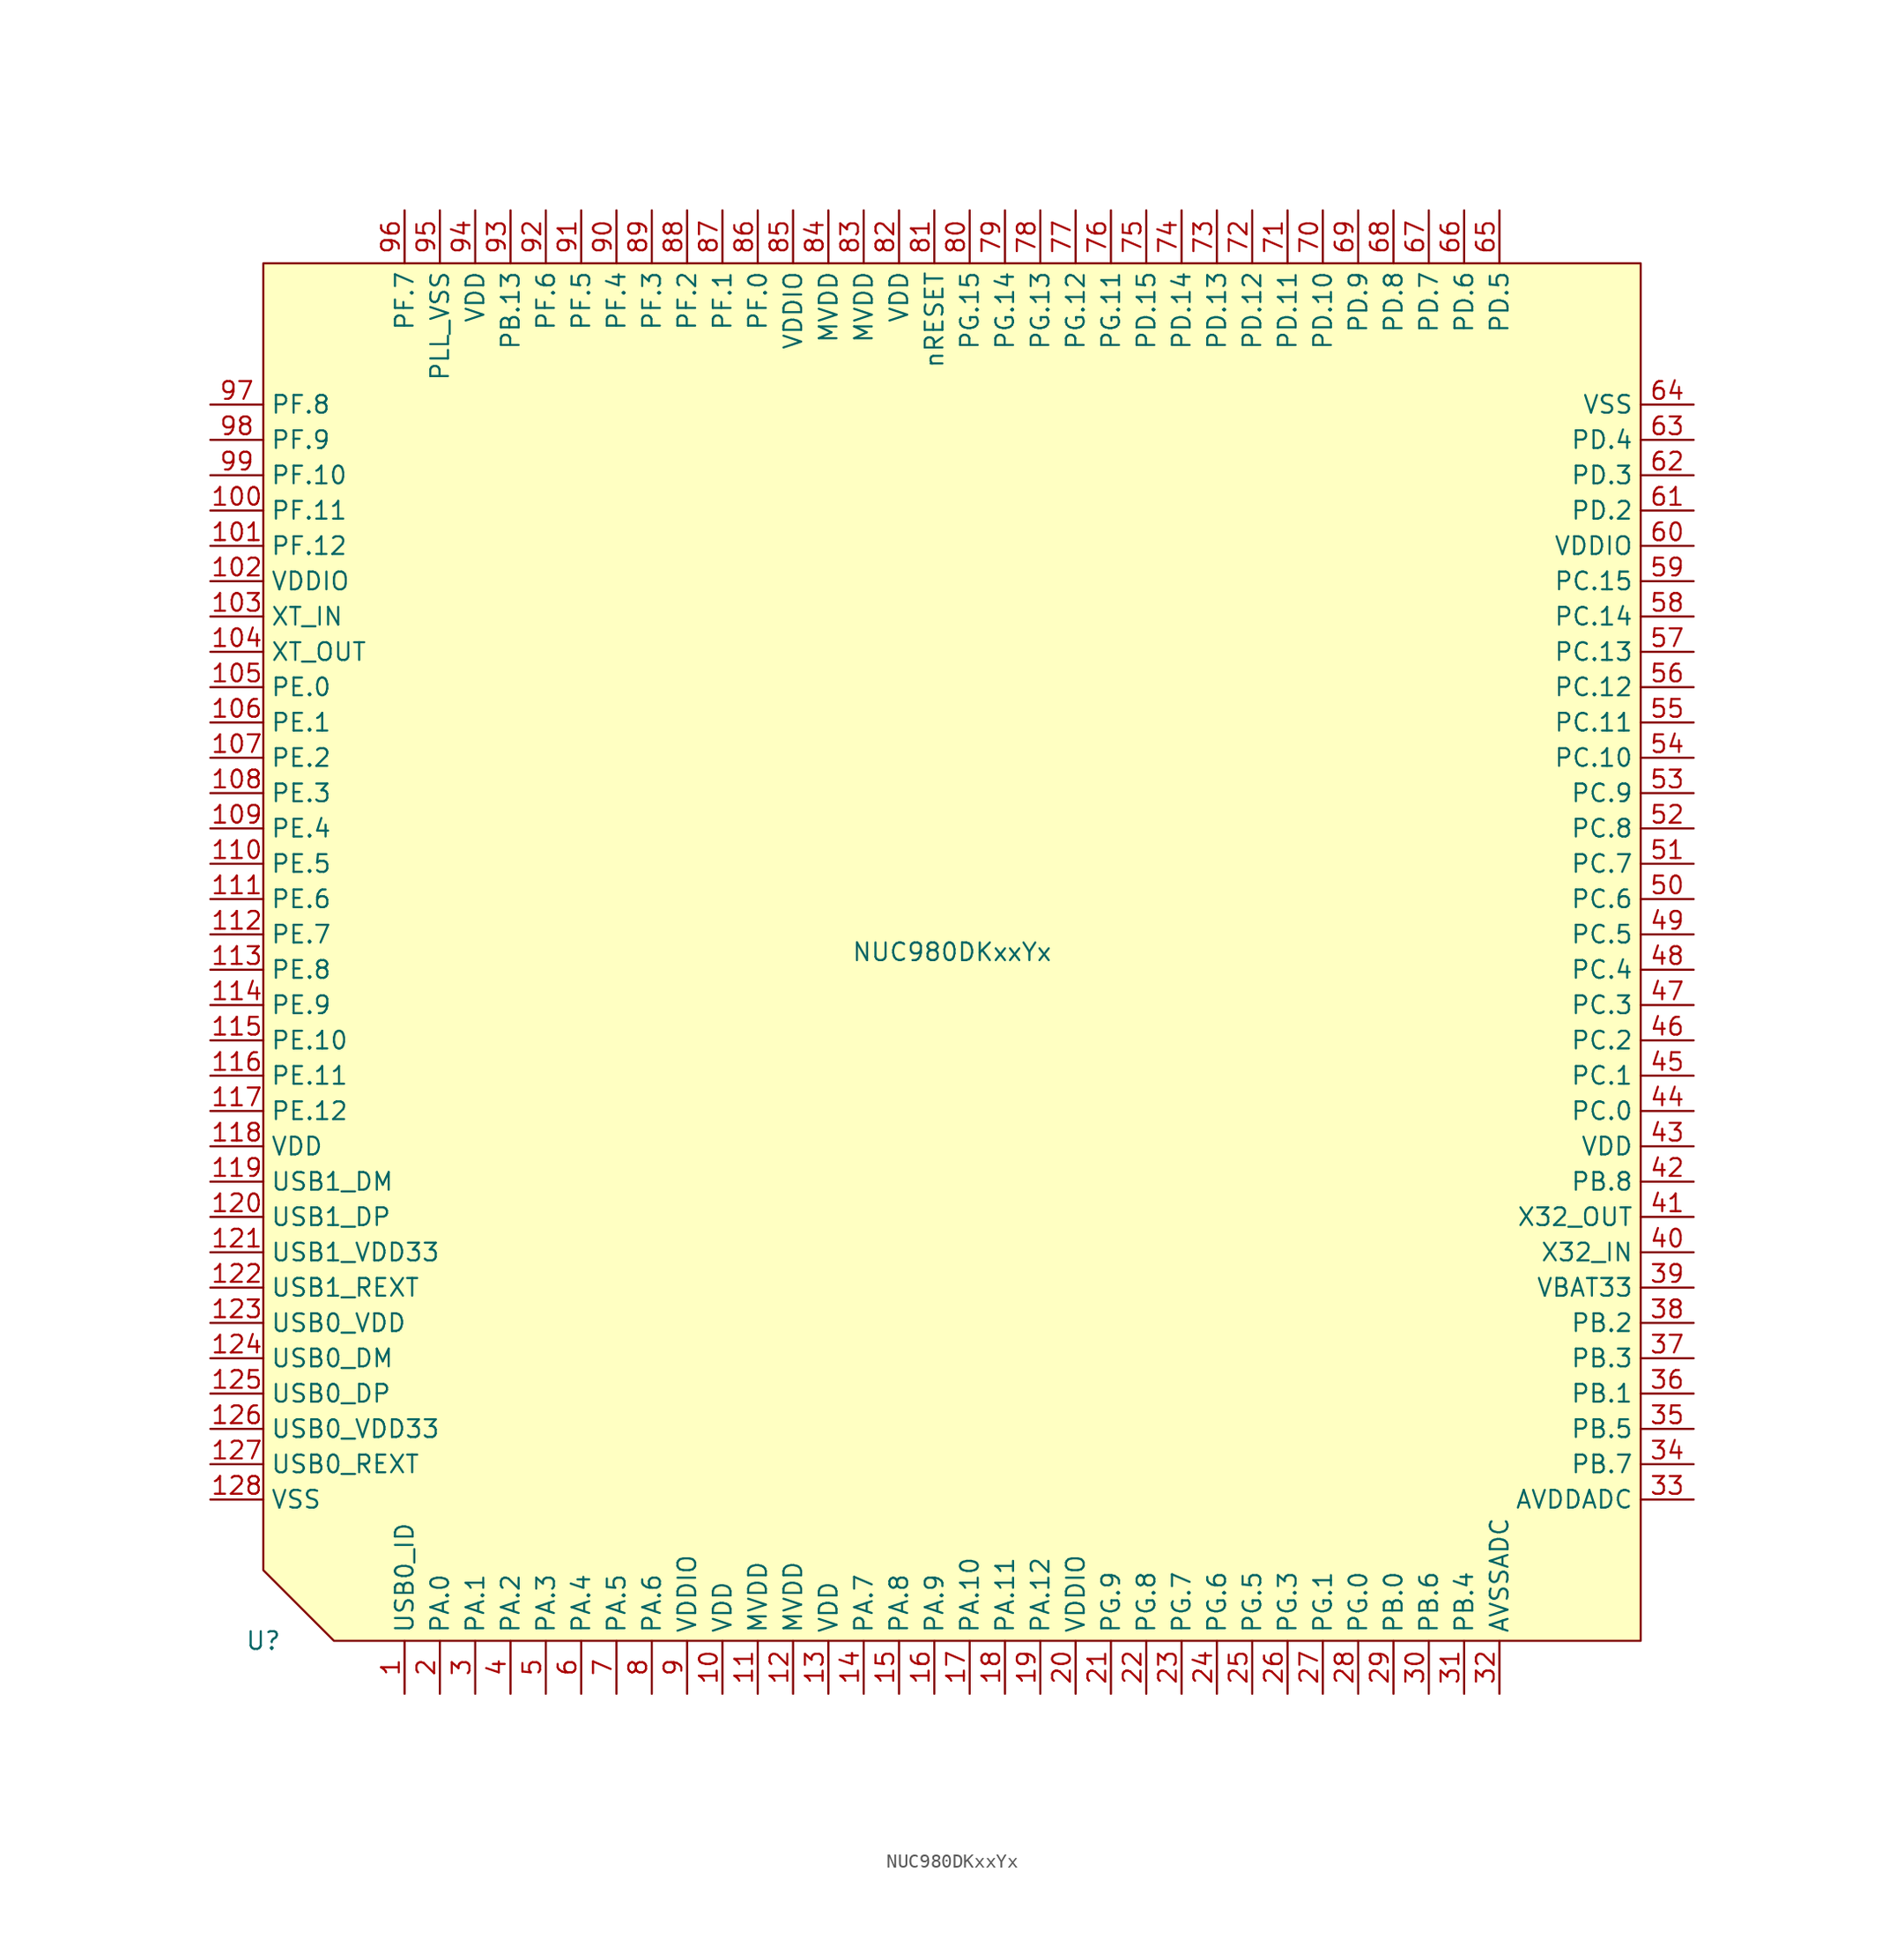
<source format=kicad_sym>
(kicad_symbol_lib
  (version 20220914)
  (generator kicad_symbol_editor)
  (symbol "NUC980DKxxYx"
    (property "Reference" "U"
      (at -49.53 -49.53 0)
      (effects (font (size 1.27 1.27))))
    (property "Value" "NUC980DKxxYx"
      (at 0 0 0)
      (effects (font (size 1.27 1.27))))
    (symbol "NUC980DKxxYx_0_1"
      (polyline (pts (xy -44.45 -49.53) (xy 49.53 -49.53) (xy 49.53 49.53) (xy -49.53 49.53) (xy -49.53 -44.45) (xy -44.45 -49.53)) (stroke (width 0) (type default)) (fill (type background))))
    (symbol "NUC980DKxxYx_1_1"
      (pin passive line (at -39.37 -53.34 90) (length 3.81) (name "USB0_ID" (effects (font (size 1.27 1.27)))) (number "1" (effects (font (size 1.27 1.27)))))
      (pin passive line (at -16.51 -53.34 90) (length 3.81) (name "VDD" (effects (font (size 1.27 1.27)))) (number "10" (effects (font (size 1.27 1.27)))))
      (pin passive line (at -53.34 31.75 0) (length 3.81) (name "PF.11" (effects (font (size 1.27 1.27)))) (number "100" (effects (font (size 1.27 1.27)))))
      (pin passive line (at -53.34 29.21 0) (length 3.81) (name "PF.12" (effects (font (size 1.27 1.27)))) (number "101" (effects (font (size 1.27 1.27)))))
      (pin passive line (at -53.34 26.67 0) (length 3.81) (name "VDDIO" (effects (font (size 1.27 1.27)))) (number "102" (effects (font (size 1.27 1.27)))))
      (pin passive line (at -53.34 24.13 0) (length 3.81) (name "XT_IN" (effects (font (size 1.27 1.27)))) (number "103" (effects (font (size 1.27 1.27)))))
      (pin passive line (at -53.34 21.59 0) (length 3.81) (name "XT_OUT" (effects (font (size 1.27 1.27)))) (number "104" (effects (font (size 1.27 1.27)))))
      (pin passive line (at -53.34 19.05 0) (length 3.81) (name "PE.0" (effects (font (size 1.27 1.27)))) (number "105" (effects (font (size 1.27 1.27)))))
      (pin passive line (at -53.34 16.51 0) (length 3.81) (name "PE.1" (effects (font (size 1.27 1.27)))) (number "106" (effects (font (size 1.27 1.27)))))
      (pin passive line (at -53.34 13.97 0) (length 3.81) (name "PE.2" (effects (font (size 1.27 1.27)))) (number "107" (effects (font (size 1.27 1.27)))))
      (pin passive line (at -53.34 11.43 0) (length 3.81) (name "PE.3" (effects (font (size 1.27 1.27)))) (number "108" (effects (font (size 1.27 1.27)))))
      (pin passive line (at -53.34 8.89 0) (length 3.81) (name "PE.4" (effects (font (size 1.27 1.27)))) (number "109" (effects (font (size 1.27 1.27)))))
      (pin passive line (at -13.97 -53.34 90) (length 3.81) (name "MVDD" (effects (font (size 1.27 1.27)))) (number "11" (effects (font (size 1.27 1.27)))))
      (pin passive line (at -53.34 6.35 0) (length 3.81) (name "PE.5" (effects (font (size 1.27 1.27)))) (number "110" (effects (font (size 1.27 1.27)))))
      (pin passive line (at -53.34 3.81 0) (length 3.81) (name "PE.6" (effects (font (size 1.27 1.27)))) (number "111" (effects (font (size 1.27 1.27)))))
      (pin passive line (at -53.34 1.27 0) (length 3.81) (name "PE.7" (effects (font (size 1.27 1.27)))) (number "112" (effects (font (size 1.27 1.27)))))
      (pin passive line (at -53.34 -1.27 0) (length 3.81) (name "PE.8" (effects (font (size 1.27 1.27)))) (number "113" (effects (font (size 1.27 1.27)))))
      (pin passive line (at -53.34 -3.81 0) (length 3.81) (name "PE.9" (effects (font (size 1.27 1.27)))) (number "114" (effects (font (size 1.27 1.27)))))
      (pin passive line (at -53.34 -6.35 0) (length 3.81) (name "PE.10" (effects (font (size 1.27 1.27)))) (number "115" (effects (font (size 1.27 1.27)))))
      (pin passive line (at -53.34 -8.89 0) (length 3.81) (name "PE.11" (effects (font (size 1.27 1.27)))) (number "116" (effects (font (size 1.27 1.27)))))
      (pin passive line (at -53.34 -11.43 0) (length 3.81) (name "PE.12" (effects (font (size 1.27 1.27)))) (number "117" (effects (font (size 1.27 1.27)))))
      (pin passive line (at -53.34 -13.97 0) (length 3.81) (name "VDD" (effects (font (size 1.27 1.27)))) (number "118" (effects (font (size 1.27 1.27)))))
      (pin passive line (at -53.34 -16.51 0) (length 3.81) (name "USB1_DM" (effects (font (size 1.27 1.27)))) (number "119" (effects (font (size 1.27 1.27)))))
      (pin passive line (at -11.43 -53.34 90) (length 3.81) (name "MVDD" (effects (font (size 1.27 1.27)))) (number "12" (effects (font (size 1.27 1.27)))))
      (pin passive line (at -53.34 -19.05 0) (length 3.81) (name "USB1_DP" (effects (font (size 1.27 1.27)))) (number "120" (effects (font (size 1.27 1.27)))))
      (pin passive line (at -53.34 -21.59 0) (length 3.81) (name "USB1_VDD33" (effects (font (size 1.27 1.27)))) (number "121" (effects (font (size 1.27 1.27)))))
      (pin passive line (at -53.34 -24.13 0) (length 3.81) (name "USB1_REXT" (effects (font (size 1.27 1.27)))) (number "122" (effects (font (size 1.27 1.27)))))
      (pin passive line (at -53.34 -26.67 0) (length 3.81) (name "USB0_VDD" (effects (font (size 1.27 1.27)))) (number "123" (effects (font (size 1.27 1.27)))))
      (pin passive line (at -53.34 -29.21 0) (length 3.81) (name "USB0_DM" (effects (font (size 1.27 1.27)))) (number "124" (effects (font (size 1.27 1.27)))))
      (pin passive line (at -53.34 -31.75 0) (length 3.81) (name "USB0_DP" (effects (font (size 1.27 1.27)))) (number "125" (effects (font (size 1.27 1.27)))))
      (pin passive line (at -53.34 -34.29 0) (length 3.81) (name "USB0_VDD33" (effects (font (size 1.27 1.27)))) (number "126" (effects (font (size 1.27 1.27)))))
      (pin passive line (at -53.34 -36.83 0) (length 3.81) (name "USB0_REXT" (effects (font (size 1.27 1.27)))) (number "127" (effects (font (size 1.27 1.27)))))
      (pin passive line (at -53.34 -39.37 0) (length 3.81) (name "VSS" (effects (font (size 1.27 1.27)))) (number "128" (effects (font (size 1.27 1.27)))))
      (pin passive line (at -8.89 -53.34 90) (length 3.81) (name "VDD" (effects (font (size 1.27 1.27)))) (number "13" (effects (font (size 1.27 1.27)))))
      (pin passive line (at -6.35 -53.34 90) (length 3.81) (name "PA.7" (effects (font (size 1.27 1.27)))) (number "14" (effects (font (size 1.27 1.27)))))
      (pin passive line (at -3.81 -53.34 90) (length 3.81) (name "PA.8" (effects (font (size 1.27 1.27)))) (number "15" (effects (font (size 1.27 1.27)))))
      (pin passive line (at -1.27 -53.34 90) (length 3.81) (name "PA.9" (effects (font (size 1.27 1.27)))) (number "16" (effects (font (size 1.27 1.27)))))
      (pin passive line (at 1.27 -53.34 90) (length 3.81) (name "PA.10" (effects (font (size 1.27 1.27)))) (number "17" (effects (font (size 1.27 1.27)))))
      (pin passive line (at 3.81 -53.34 90) (length 3.81) (name "PA.11" (effects (font (size 1.27 1.27)))) (number "18" (effects (font (size 1.27 1.27)))))
      (pin passive line (at 6.35 -53.34 90) (length 3.81) (name "PA.12" (effects (font (size 1.27 1.27)))) (number "19" (effects (font (size 1.27 1.27)))))
      (pin passive line (at -36.83 -53.34 90) (length 3.81) (name "PA.0" (effects (font (size 1.27 1.27)))) (number "2" (effects (font (size 1.27 1.27)))))
      (pin passive line (at 8.89 -53.34 90) (length 3.81) (name "VDDIO" (effects (font (size 1.27 1.27)))) (number "20" (effects (font (size 1.27 1.27)))))
      (pin passive line (at 11.43 -53.34 90) (length 3.81) (name "PG.9" (effects (font (size 1.27 1.27)))) (number "21" (effects (font (size 1.27 1.27)))))
      (pin passive line (at 13.97 -53.34 90) (length 3.81) (name "PG.8" (effects (font (size 1.27 1.27)))) (number "22" (effects (font (size 1.27 1.27)))))
      (pin passive line (at 16.51 -53.34 90) (length 3.81) (name "PG.7" (effects (font (size 1.27 1.27)))) (number "23" (effects (font (size 1.27 1.27)))))
      (pin passive line (at 19.05 -53.34 90) (length 3.81) (name "PG.6" (effects (font (size 1.27 1.27)))) (number "24" (effects (font (size 1.27 1.27)))))
      (pin passive line (at 21.59 -53.34 90) (length 3.81) (name "PG.5" (effects (font (size 1.27 1.27)))) (number "25" (effects (font (size 1.27 1.27)))))
      (pin passive line (at 24.13 -53.34 90) (length 3.81) (name "PG.3" (effects (font (size 1.27 1.27)))) (number "26" (effects (font (size 1.27 1.27)))))
      (pin passive line (at 26.67 -53.34 90) (length 3.81) (name "PG.1" (effects (font (size 1.27 1.27)))) (number "27" (effects (font (size 1.27 1.27)))))
      (pin passive line (at 29.21 -53.34 90) (length 3.81) (name "PG.0" (effects (font (size 1.27 1.27)))) (number "28" (effects (font (size 1.27 1.27)))))
      (pin passive line (at 31.75 -53.34 90) (length 3.81) (name "PB.0" (effects (font (size 1.27 1.27)))) (number "29" (effects (font (size 1.27 1.27)))))
      (pin passive line (at -34.29 -53.34 90) (length 3.81) (name "PA.1" (effects (font (size 1.27 1.27)))) (number "3" (effects (font (size 1.27 1.27)))))
      (pin passive line (at 34.29 -53.34 90) (length 3.81) (name "PB.6" (effects (font (size 1.27 1.27)))) (number "30" (effects (font (size 1.27 1.27)))))
      (pin passive line (at 36.83 -53.34 90) (length 3.81) (name "PB.4" (effects (font (size 1.27 1.27)))) (number "31" (effects (font (size 1.27 1.27)))))
      (pin passive line (at 39.37 -53.34 90) (length 3.81) (name "AVSSADC" (effects (font (size 1.27 1.27)))) (number "32" (effects (font (size 1.27 1.27)))))
      (pin passive line (at 53.34 -39.37 180) (length 3.81) (name "AVDDADC" (effects (font (size 1.27 1.27)))) (number "33" (effects (font (size 1.27 1.27)))))
      (pin passive line (at 53.34 -36.83 180) (length 3.81) (name "PB.7" (effects (font (size 1.27 1.27)))) (number "34" (effects (font (size 1.27 1.27)))))
      (pin passive line (at 53.34 -34.29 180) (length 3.81) (name "PB.5" (effects (font (size 1.27 1.27)))) (number "35" (effects (font (size 1.27 1.27)))))
      (pin passive line (at 53.34 -31.75 180) (length 3.81) (name "PB.1" (effects (font (size 1.27 1.27)))) (number "36" (effects (font (size 1.27 1.27)))))
      (pin passive line (at 53.34 -29.21 180) (length 3.81) (name "PB.3" (effects (font (size 1.27 1.27)))) (number "37" (effects (font (size 1.27 1.27)))))
      (pin passive line (at 53.34 -26.67 180) (length 3.81) (name "PB.2" (effects (font (size 1.27 1.27)))) (number "38" (effects (font (size 1.27 1.27)))))
      (pin passive line (at 53.34 -24.13 180) (length 3.81) (name "VBAT33" (effects (font (size 1.27 1.27)))) (number "39" (effects (font (size 1.27 1.27)))))
      (pin passive line (at -31.75 -53.34 90) (length 3.81) (name "PA.2" (effects (font (size 1.27 1.27)))) (number "4" (effects (font (size 1.27 1.27)))))
      (pin passive line (at 53.34 -21.59 180) (length 3.81) (name "X32_IN" (effects (font (size 1.27 1.27)))) (number "40" (effects (font (size 1.27 1.27)))))
      (pin passive line (at 53.34 -19.05 180) (length 3.81) (name "X32_OUT" (effects (font (size 1.27 1.27)))) (number "41" (effects (font (size 1.27 1.27)))))
      (pin passive line (at 53.34 -16.51 180) (length 3.81) (name "PB.8" (effects (font (size 1.27 1.27)))) (number "42" (effects (font (size 1.27 1.27)))))
      (pin passive line (at 53.34 -13.97 180) (length 3.81) (name "VDD" (effects (font (size 1.27 1.27)))) (number "43" (effects (font (size 1.27 1.27)))))
      (pin passive line (at 53.34 -11.43 180) (length 3.81) (name "PC.0" (effects (font (size 1.27 1.27)))) (number "44" (effects (font (size 1.27 1.27)))))
      (pin passive line (at 53.34 -8.89 180) (length 3.81) (name "PC.1" (effects (font (size 1.27 1.27)))) (number "45" (effects (font (size 1.27 1.27)))))
      (pin passive line (at 53.34 -6.35 180) (length 3.81) (name "PC.2" (effects (font (size 1.27 1.27)))) (number "46" (effects (font (size 1.27 1.27)))))
      (pin passive line (at 53.34 -3.81 180) (length 3.81) (name "PC.3" (effects (font (size 1.27 1.27)))) (number "47" (effects (font (size 1.27 1.27)))))
      (pin passive line (at 53.34 -1.27 180) (length 3.81) (name "PC.4" (effects (font (size 1.27 1.27)))) (number "48" (effects (font (size 1.27 1.27)))))
      (pin passive line (at 53.34 1.27 180) (length 3.81) (name "PC.5" (effects (font (size 1.27 1.27)))) (number "49" (effects (font (size 1.27 1.27)))))
      (pin passive line (at -29.21 -53.34 90) (length 3.81) (name "PA.3" (effects (font (size 1.27 1.27)))) (number "5" (effects (font (size 1.27 1.27)))))
      (pin passive line (at 53.34 3.81 180) (length 3.81) (name "PC.6" (effects (font (size 1.27 1.27)))) (number "50" (effects (font (size 1.27 1.27)))))
      (pin passive line (at 53.34 6.35 180) (length 3.81) (name "PC.7" (effects (font (size 1.27 1.27)))) (number "51" (effects (font (size 1.27 1.27)))))
      (pin passive line (at 53.34 8.89 180) (length 3.81) (name "PC.8" (effects (font (size 1.27 1.27)))) (number "52" (effects (font (size 1.27 1.27)))))
      (pin passive line (at 53.34 11.43 180) (length 3.81) (name "PC.9" (effects (font (size 1.27 1.27)))) (number "53" (effects (font (size 1.27 1.27)))))
      (pin passive line (at 53.34 13.97 180) (length 3.81) (name "PC.10" (effects (font (size 1.27 1.27)))) (number "54" (effects (font (size 1.27 1.27)))))
      (pin passive line (at 53.34 16.51 180) (length 3.81) (name "PC.11" (effects (font (size 1.27 1.27)))) (number "55" (effects (font (size 1.27 1.27)))))
      (pin passive line (at 53.34 19.05 180) (length 3.81) (name "PC.12" (effects (font (size 1.27 1.27)))) (number "56" (effects (font (size 1.27 1.27)))))
      (pin passive line (at 53.34 21.59 180) (length 3.81) (name "PC.13" (effects (font (size 1.27 1.27)))) (number "57" (effects (font (size 1.27 1.27)))))
      (pin passive line (at 53.34 24.13 180) (length 3.81) (name "PC.14" (effects (font (size 1.27 1.27)))) (number "58" (effects (font (size 1.27 1.27)))))
      (pin passive line (at 53.34 26.67 180) (length 3.81) (name "PC.15" (effects (font (size 1.27 1.27)))) (number "59" (effects (font (size 1.27 1.27)))))
      (pin passive line (at -26.67 -53.34 90) (length 3.81) (name "PA.4" (effects (font (size 1.27 1.27)))) (number "6" (effects (font (size 1.27 1.27)))))
      (pin passive line (at 53.34 29.21 180) (length 3.81) (name "VDDIO" (effects (font (size 1.27 1.27)))) (number "60" (effects (font (size 1.27 1.27)))))
      (pin passive line (at 53.34 31.75 180) (length 3.81) (name "PD.2" (effects (font (size 1.27 1.27)))) (number "61" (effects (font (size 1.27 1.27)))))
      (pin passive line (at 53.34 34.29 180) (length 3.81) (name "PD.3" (effects (font (size 1.27 1.27)))) (number "62" (effects (font (size 1.27 1.27)))))
      (pin passive line (at 53.34 36.83 180) (length 3.81) (name "PD.4" (effects (font (size 1.27 1.27)))) (number "63" (effects (font (size 1.27 1.27)))))
      (pin passive line (at 53.34 39.37 180) (length 3.81) (name "VSS" (effects (font (size 1.27 1.27)))) (number "64" (effects (font (size 1.27 1.27)))))
      (pin passive line (at 39.37 53.34 270) (length 3.81) (name "PD.5" (effects (font (size 1.27 1.27)))) (number "65" (effects (font (size 1.27 1.27)))))
      (pin passive line (at 36.83 53.34 270) (length 3.81) (name "PD.6" (effects (font (size 1.27 1.27)))) (number "66" (effects (font (size 1.27 1.27)))))
      (pin passive line (at 34.29 53.34 270) (length 3.81) (name "PD.7" (effects (font (size 1.27 1.27)))) (number "67" (effects (font (size 1.27 1.27)))))
      (pin passive line (at 31.75 53.34 270) (length 3.81) (name "PD.8" (effects (font (size 1.27 1.27)))) (number "68" (effects (font (size 1.27 1.27)))))
      (pin passive line (at 29.21 53.34 270) (length 3.81) (name "PD.9" (effects (font (size 1.27 1.27)))) (number "69" (effects (font (size 1.27 1.27)))))
      (pin passive line (at -24.13 -53.34 90) (length 3.81) (name "PA.5" (effects (font (size 1.27 1.27)))) (number "7" (effects (font (size 1.27 1.27)))))
      (pin passive line (at 26.67 53.34 270) (length 3.81) (name "PD.10" (effects (font (size 1.27 1.27)))) (number "70" (effects (font (size 1.27 1.27)))))
      (pin passive line (at 24.13 53.34 270) (length 3.81) (name "PD.11" (effects (font (size 1.27 1.27)))) (number "71" (effects (font (size 1.27 1.27)))))
      (pin passive line (at 21.59 53.34 270) (length 3.81) (name "PD.12" (effects (font (size 1.27 1.27)))) (number "72" (effects (font (size 1.27 1.27)))))
      (pin passive line (at 19.05 53.34 270) (length 3.81) (name "PD.13" (effects (font (size 1.27 1.27)))) (number "73" (effects (font (size 1.27 1.27)))))
      (pin passive line (at 16.51 53.34 270) (length 3.81) (name "PD.14" (effects (font (size 1.27 1.27)))) (number "74" (effects (font (size 1.27 1.27)))))
      (pin passive line (at 13.97 53.34 270) (length 3.81) (name "PD.15" (effects (font (size 1.27 1.27)))) (number "75" (effects (font (size 1.27 1.27)))))
      (pin passive line (at 11.43 53.34 270) (length 3.81) (name "PG.11" (effects (font (size 1.27 1.27)))) (number "76" (effects (font (size 1.27 1.27)))))
      (pin passive line (at 8.89 53.34 270) (length 3.81) (name "PG.12" (effects (font (size 1.27 1.27)))) (number "77" (effects (font (size 1.27 1.27)))))
      (pin passive line (at 6.35 53.34 270) (length 3.81) (name "PG.13" (effects (font (size 1.27 1.27)))) (number "78" (effects (font (size 1.27 1.27)))))
      (pin passive line (at 3.81 53.34 270) (length 3.81) (name "PG.14" (effects (font (size 1.27 1.27)))) (number "79" (effects (font (size 1.27 1.27)))))
      (pin passive line (at -21.59 -53.34 90) (length 3.81) (name "PA.6" (effects (font (size 1.27 1.27)))) (number "8" (effects (font (size 1.27 1.27)))))
      (pin passive line (at 1.27 53.34 270) (length 3.81) (name "PG.15" (effects (font (size 1.27 1.27)))) (number "80" (effects (font (size 1.27 1.27)))))
      (pin passive line (at -1.27 53.34 270) (length 3.81) (name "nRESET" (effects (font (size 1.27 1.27)))) (number "81" (effects (font (size 1.27 1.27)))))
      (pin passive line (at -3.81 53.34 270) (length 3.81) (name "VDD" (effects (font (size 1.27 1.27)))) (number "82" (effects (font (size 1.27 1.27)))))
      (pin passive line (at -6.35 53.34 270) (length 3.81) (name "MVDD" (effects (font (size 1.27 1.27)))) (number "83" (effects (font (size 1.27 1.27)))))
      (pin passive line (at -8.89 53.34 270) (length 3.81) (name "MVDD" (effects (font (size 1.27 1.27)))) (number "84" (effects (font (size 1.27 1.27)))))
      (pin passive line (at -11.43 53.34 270) (length 3.81) (name "VDDIO" (effects (font (size 1.27 1.27)))) (number "85" (effects (font (size 1.27 1.27)))))
      (pin passive line (at -13.97 53.34 270) (length 3.81) (name "PF.0" (effects (font (size 1.27 1.27)))) (number "86" (effects (font (size 1.27 1.27)))))
      (pin passive line (at -16.51 53.34 270) (length 3.81) (name "PF.1" (effects (font (size 1.27 1.27)))) (number "87" (effects (font (size 1.27 1.27)))))
      (pin passive line (at -19.05 53.34 270) (length 3.81) (name "PF.2" (effects (font (size 1.27 1.27)))) (number "88" (effects (font (size 1.27 1.27)))))
      (pin passive line (at -21.59 53.34 270) (length 3.81) (name "PF.3" (effects (font (size 1.27 1.27)))) (number "89" (effects (font (size 1.27 1.27)))))
      (pin passive line (at -19.05 -53.34 90) (length 3.81) (name "VDDIO" (effects (font (size 1.27 1.27)))) (number "9" (effects (font (size 1.27 1.27)))))
      (pin passive line (at -24.13 53.34 270) (length 3.81) (name "PF.4" (effects (font (size 1.27 1.27)))) (number "90" (effects (font (size 1.27 1.27)))))
      (pin passive line (at -26.67 53.34 270) (length 3.81) (name "PF.5" (effects (font (size 1.27 1.27)))) (number "91" (effects (font (size 1.27 1.27)))))
      (pin passive line (at -29.21 53.34 270) (length 3.81) (name "PF.6" (effects (font (size 1.27 1.27)))) (number "92" (effects (font (size 1.27 1.27)))))
      (pin passive line (at -31.75 53.34 270) (length 3.81) (name "PB.13" (effects (font (size 1.27 1.27)))) (number "93" (effects (font (size 1.27 1.27)))))
      (pin passive line (at -34.29 53.34 270) (length 3.81) (name "VDD" (effects (font (size 1.27 1.27)))) (number "94" (effects (font (size 1.27 1.27)))))
      (pin passive line (at -36.83 53.34 270) (length 3.81) (name "PLL_VSS" (effects (font (size 1.27 1.27)))) (number "95" (effects (font (size 1.27 1.27)))))
      (pin passive line (at -39.37 53.34 270) (length 3.81) (name "PF.7" (effects (font (size 1.27 1.27)))) (number "96" (effects (font (size 1.27 1.27)))))
      (pin passive line (at -53.34 39.37 0) (length 3.81) (name "PF.8" (effects (font (size 1.27 1.27)))) (number "97" (effects (font (size 1.27 1.27)))))
      (pin passive line (at -53.34 36.83 0) (length 3.81) (name "PF.9" (effects (font (size 1.27 1.27)))) (number "98" (effects (font (size 1.27 1.27)))))
      (pin passive line (at -53.34 34.29 0) (length 3.81) (name "PF.10" (effects (font (size 1.27 1.27)))) (number "99" (effects (font (size 1.27 1.27))))))))
</source>
